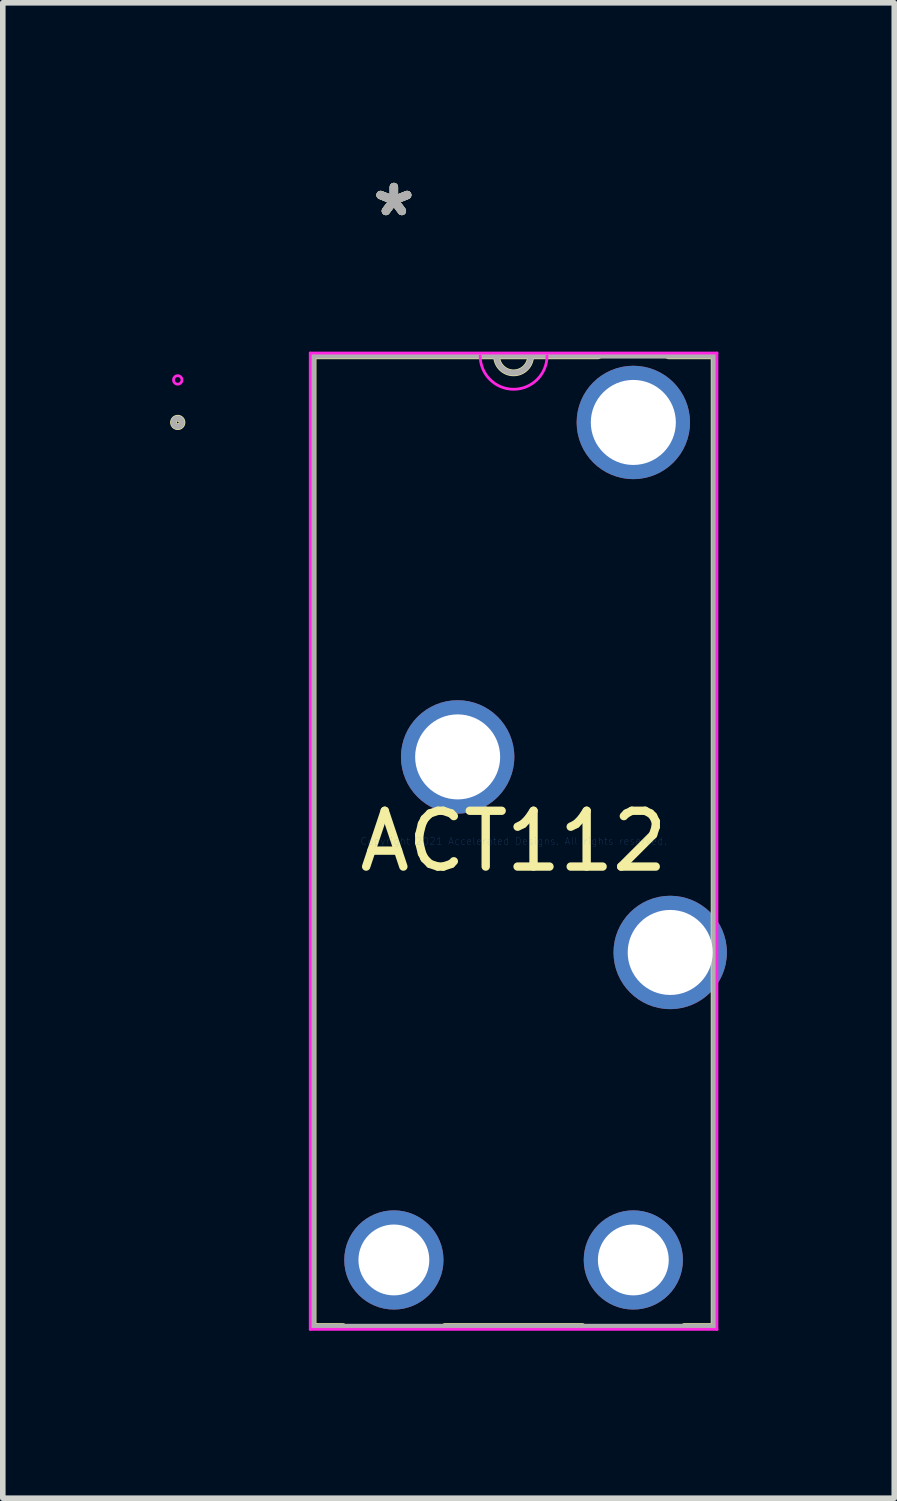
<source format=kicad_pcb>
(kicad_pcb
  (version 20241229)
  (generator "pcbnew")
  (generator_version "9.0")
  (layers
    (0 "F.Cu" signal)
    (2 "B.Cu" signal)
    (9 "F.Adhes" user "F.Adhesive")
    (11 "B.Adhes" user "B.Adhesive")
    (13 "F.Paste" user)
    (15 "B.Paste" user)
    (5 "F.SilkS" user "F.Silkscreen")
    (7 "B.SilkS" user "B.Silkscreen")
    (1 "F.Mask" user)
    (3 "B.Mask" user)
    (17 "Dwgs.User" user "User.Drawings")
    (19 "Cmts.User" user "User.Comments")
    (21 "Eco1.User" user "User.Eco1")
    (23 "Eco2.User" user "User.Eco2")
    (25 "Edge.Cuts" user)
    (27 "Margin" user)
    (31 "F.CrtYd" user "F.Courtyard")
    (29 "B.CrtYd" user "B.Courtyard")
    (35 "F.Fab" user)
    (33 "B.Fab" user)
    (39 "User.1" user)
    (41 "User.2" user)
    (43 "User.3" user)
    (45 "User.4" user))
  (footprint "ACT112"
    (layer "F.Cu")
    (at 6.156 12.028)
    (property "Reference" "ACT112" (at 0 0 0) (layer "F.SilkS") (effects (font (size 1 1) (thickness 0.15))))
    (attr through_hole)
    (fp_line (start -3.594 -8.7) (end -3.594 8.7) (stroke (width 0.12) (type solid)) (layer "F.SilkS"))
    (fp_line (start -3.594 8.7) (end -3.058 8.7) (stroke (width 0.12) (type solid)) (layer "F.SilkS"))
    (fp_line (start -1.234 8.7) (end 1.234 8.7) (stroke (width 0.12) (type solid)) (layer "F.SilkS"))
    (fp_line (start 1.519 -8.7) (end -3.594 -8.7) (stroke (width 0.12) (type solid)) (layer "F.SilkS"))
    (fp_line (start 3.058 8.7) (end 3.594 8.7) (stroke (width 0.12) (type solid)) (layer "F.SilkS"))
    (fp_line (start 3.594 -8.7) (end 2.774 -8.7) (stroke (width 0.12) (type solid)) (layer "F.SilkS"))
    (fp_line (start 3.594 8.7) (end 3.594 -8.7) (stroke (width 0.12) (type solid)) (layer "F.SilkS"))
    (fp_arc (start 0.3048 -8.6995) (mid 0 -8.3947) (end -0.3048 -8.6995) (stroke (width 0.12) (type solid)) (layer "F.SilkS"))
    (fp_circle (center -6.02 -7.506) (end -5.944 -7.506) (stroke (width 0.12) (type solid)) (fill no) (layer "F.SilkS"))
    (fp_line (start -3.645 -8.75) (end 3.645 -8.75) (stroke (width 0.05) (type solid)) (layer "F.CrtYd"))
    (fp_line (start -3.645 8.75) (end -3.645 -8.75) (stroke (width 0.05) (type solid)) (layer "F.CrtYd"))
    (fp_line (start 3.645 -8.75) (end 3.645 8.75) (stroke (width 0.05) (type solid)) (layer "F.CrtYd"))
    (fp_line (start 3.645 8.75) (end -3.645 8.75) (stroke (width 0.05) (type solid)) (layer "F.CrtYd"))
    (fp_arc (start 0.599017 -8.6995) (mid 0 -8.100483) (end -0.599017 -8.6995) (stroke (width 0.05) (type solid)) (layer "F.CrtYd"))
    (fp_circle (center -6.02 -8.268) (end -5.944 -8.268) (stroke (width 0.05) (type solid)) (fill no) (layer "F.CrtYd"))
    (fp_line (start -3.594 -8.7) (end -3.594 8.7) (stroke (width 0.1) (type solid)) (layer "F.Fab"))
    (fp_line (start -3.594 8.7) (end 3.594 8.7) (stroke (width 0.1) (type solid)) (layer "F.Fab"))
    (fp_line (start 3.594 -8.7) (end -3.594 -8.7) (stroke (width 0.1) (type solid)) (layer "F.Fab"))
    (fp_line (start 3.594 8.7) (end 3.594 -8.7) (stroke (width 0.1) (type solid)) (layer "F.Fab"))
    (fp_arc (start 0.3048 -8.6995) (mid 0 -8.3947) (end -0.3048 -8.6995) (stroke (width 0.1) (type solid)) (layer "F.Fab"))
    (fp_circle (center -6.02 -7.506) (end -5.944 -7.506) (stroke (width 0.1) (type solid)) (fill no) (layer "F.Fab"))
    (fp_text user "*" (at -2.146 -11.18 0) (layer "F.SilkS") (effects (font (size 1 1) (thickness 0.15))))
    (fp_text user "*" (at -2.146 -11.18 0) (layer "F.SilkS") (effects (font (size 1 1) (thickness 0.15))))
    (fp_text user "Copyright 2021 Accelerated Designs. All rights reserved." (at 0 0 0) (layer "Cmts.User") (effects (font (size 0.127 0.127) (thickness 0.002))))
    (fp_text user "*" (at -2.146 -11.18 0) (layer "F.Fab") (effects (font (size 1 1) (thickness 0.15))))
    (fp_text user "*" (at -2.146 -11.18 0) (layer "F.Fab") (effects (font (size 1 1) (thickness 0.15))))
    (pad "1" thru_hole circle (at 2.146 -7.506) (size 2.032 2.032) (drill 1.524) (layers "*.Cu" "*.Mask"))
    (pad "2" thru_hole circle (at 2.807 1.994) (size 2.032 2.032) (drill 1.524) (layers "*.Cu" "*.Mask"))
    (pad "3" thru_hole circle (at 2.146 7.506) (size 1.778 1.778) (drill 1.27) (layers "*.Cu" "*.Mask"))
    (pad "4" thru_hole circle (at -2.146 7.506) (size 1.778 1.778) (drill 1.27) (layers "*.Cu" "*.Mask"))
    (pad "5" thru_hole circle (at -1.003 -1.511) (size 2.032 2.032) (drill 1.524) (layers "*.Cu" "*.Mask")))
  (gr_rect
    (start -3 -3)
    (end 12.979 23.804)
    (stroke (width 0.1) (type default))
    (fill no)
    (layer "Edge.Cuts")))
</source>
